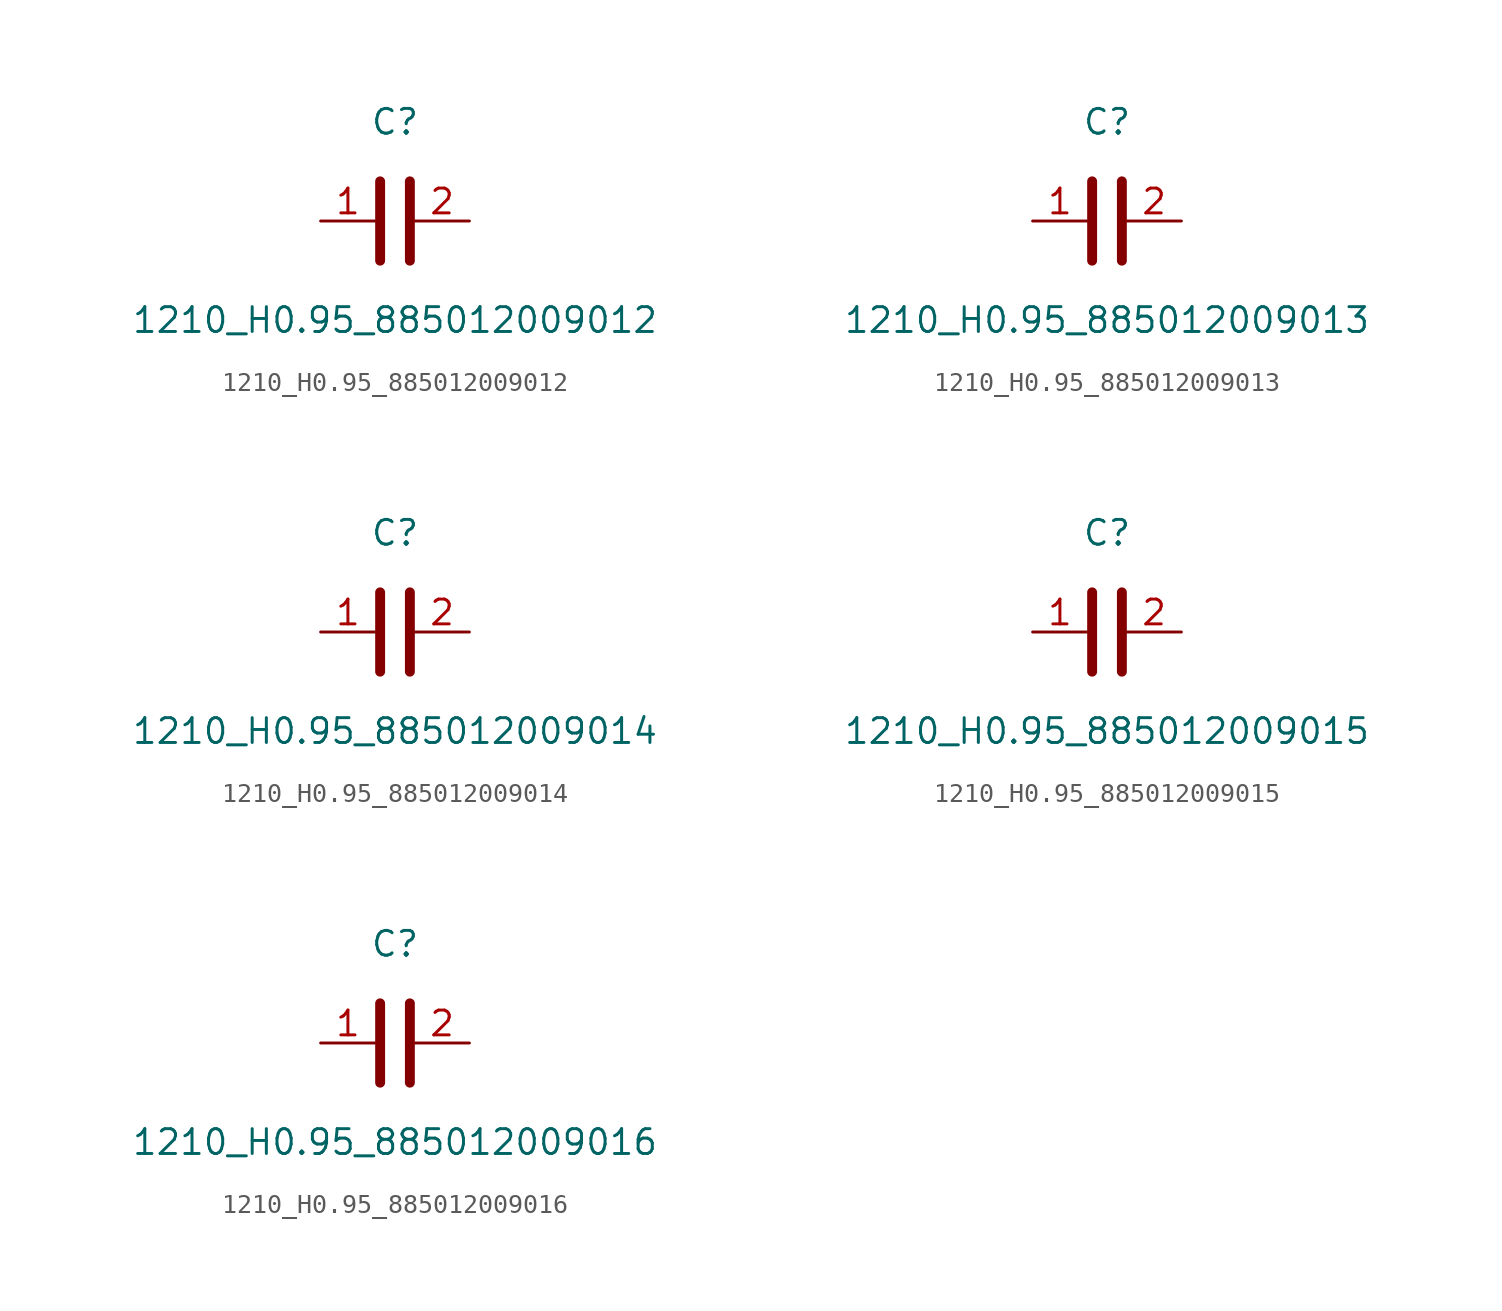
<source format=kicad_sym>
(kicad_symbol_lib
  (version 20220914)
  (generator kicad_symbol_editor)
  (symbol "1210_H0.95_885012009012"
    (pin_names hide)
    (property "Reference" "C"
      (at 0 5.08 0)
      (effects (font (size 1.27 1.27))))
    (property "Value" "1210_H0.95_885012009012"
      (at 0 -5.08 0)
      (effects (font (size 1.27 1.27))))
    (symbol "1210_H0.95_885012009012_0_1"
      (polyline (pts (xy -0.762 -2.032) (xy -0.762 2.032)) (stroke (width 0.508) (type default)) (fill (type none)))
      (polyline (pts (xy 0.762 -2.032) (xy 0.762 2.032)) (stroke (width 0.508) (type default)) (fill (type none))))
    (symbol "1210_H0.95_885012009012_1_1"
      (pin passive line (at -3.81 0 0) (length 2.794) (name "1" (effects (font (size 1.27 1.27)))) (number "1" (effects (font (size 1.27 1.27)))))
      (pin passive line (at 3.81 0 180) (length 2.794) (name "2" (effects (font (size 1.27 1.27)))) (number "2" (effects (font (size 1.27 1.27)))))))
  (symbol "1210_H0.95_885012009013"
    (pin_names hide)
    (property "Reference" "C"
      (at 0 5.08 0)
      (effects (font (size 1.27 1.27))))
    (property "Value" "1210_H0.95_885012009013"
      (at 0 -5.08 0)
      (effects (font (size 1.27 1.27))))
    (symbol "1210_H0.95_885012009013_0_1"
      (polyline (pts (xy -0.762 -2.032) (xy -0.762 2.032)) (stroke (width 0.508) (type default)) (fill (type none)))
      (polyline (pts (xy 0.762 -2.032) (xy 0.762 2.032)) (stroke (width 0.508) (type default)) (fill (type none))))
    (symbol "1210_H0.95_885012009013_1_1"
      (pin passive line (at -3.81 0 0) (length 2.794) (name "1" (effects (font (size 1.27 1.27)))) (number "1" (effects (font (size 1.27 1.27)))))
      (pin passive line (at 3.81 0 180) (length 2.794) (name "2" (effects (font (size 1.27 1.27)))) (number "2" (effects (font (size 1.27 1.27)))))))
  (symbol "1210_H0.95_885012009014"
    (pin_names hide)
    (property "Reference" "C"
      (at 0 5.08 0)
      (effects (font (size 1.27 1.27))))
    (property "Value" "1210_H0.95_885012009014"
      (at 0 -5.08 0)
      (effects (font (size 1.27 1.27))))
    (symbol "1210_H0.95_885012009014_0_1"
      (polyline (pts (xy -0.762 -2.032) (xy -0.762 2.032)) (stroke (width 0.508) (type default)) (fill (type none)))
      (polyline (pts (xy 0.762 -2.032) (xy 0.762 2.032)) (stroke (width 0.508) (type default)) (fill (type none))))
    (symbol "1210_H0.95_885012009014_1_1"
      (pin passive line (at -3.81 0 0) (length 2.794) (name "1" (effects (font (size 1.27 1.27)))) (number "1" (effects (font (size 1.27 1.27)))))
      (pin passive line (at 3.81 0 180) (length 2.794) (name "2" (effects (font (size 1.27 1.27)))) (number "2" (effects (font (size 1.27 1.27)))))))
  (symbol "1210_H0.95_885012009015"
    (pin_names hide)
    (property "Reference" "C"
      (at 0 5.08 0)
      (effects (font (size 1.27 1.27))))
    (property "Value" "1210_H0.95_885012009015"
      (at 0 -5.08 0)
      (effects (font (size 1.27 1.27))))
    (symbol "1210_H0.95_885012009015_0_1"
      (polyline (pts (xy -0.762 -2.032) (xy -0.762 2.032)) (stroke (width 0.508) (type default)) (fill (type none)))
      (polyline (pts (xy 0.762 -2.032) (xy 0.762 2.032)) (stroke (width 0.508) (type default)) (fill (type none))))
    (symbol "1210_H0.95_885012009015_1_1"
      (pin passive line (at -3.81 0 0) (length 2.794) (name "1" (effects (font (size 1.27 1.27)))) (number "1" (effects (font (size 1.27 1.27)))))
      (pin passive line (at 3.81 0 180) (length 2.794) (name "2" (effects (font (size 1.27 1.27)))) (number "2" (effects (font (size 1.27 1.27)))))))
  (symbol "1210_H0.95_885012009016"
    (pin_names hide)
    (property "Reference" "C"
      (at 0 5.08 0)
      (effects (font (size 1.27 1.27))))
    (property "Value" "1210_H0.95_885012009016"
      (at 0 -5.08 0)
      (effects (font (size 1.27 1.27))))
    (symbol "1210_H0.95_885012009016_0_1"
      (polyline (pts (xy -0.762 -2.032) (xy -0.762 2.032)) (stroke (width 0.508) (type default)) (fill (type none)))
      (polyline (pts (xy 0.762 -2.032) (xy 0.762 2.032)) (stroke (width 0.508) (type default)) (fill (type none))))
    (symbol "1210_H0.95_885012009016_1_1"
      (pin passive line (at -3.81 0 0) (length 2.794) (name "1" (effects (font (size 1.27 1.27)))) (number "1" (effects (font (size 1.27 1.27)))))
      (pin passive line (at 3.81 0 180) (length 2.794) (name "2" (effects (font (size 1.27 1.27)))) (number "2" (effects (font (size 1.27 1.27))))))))
</source>
